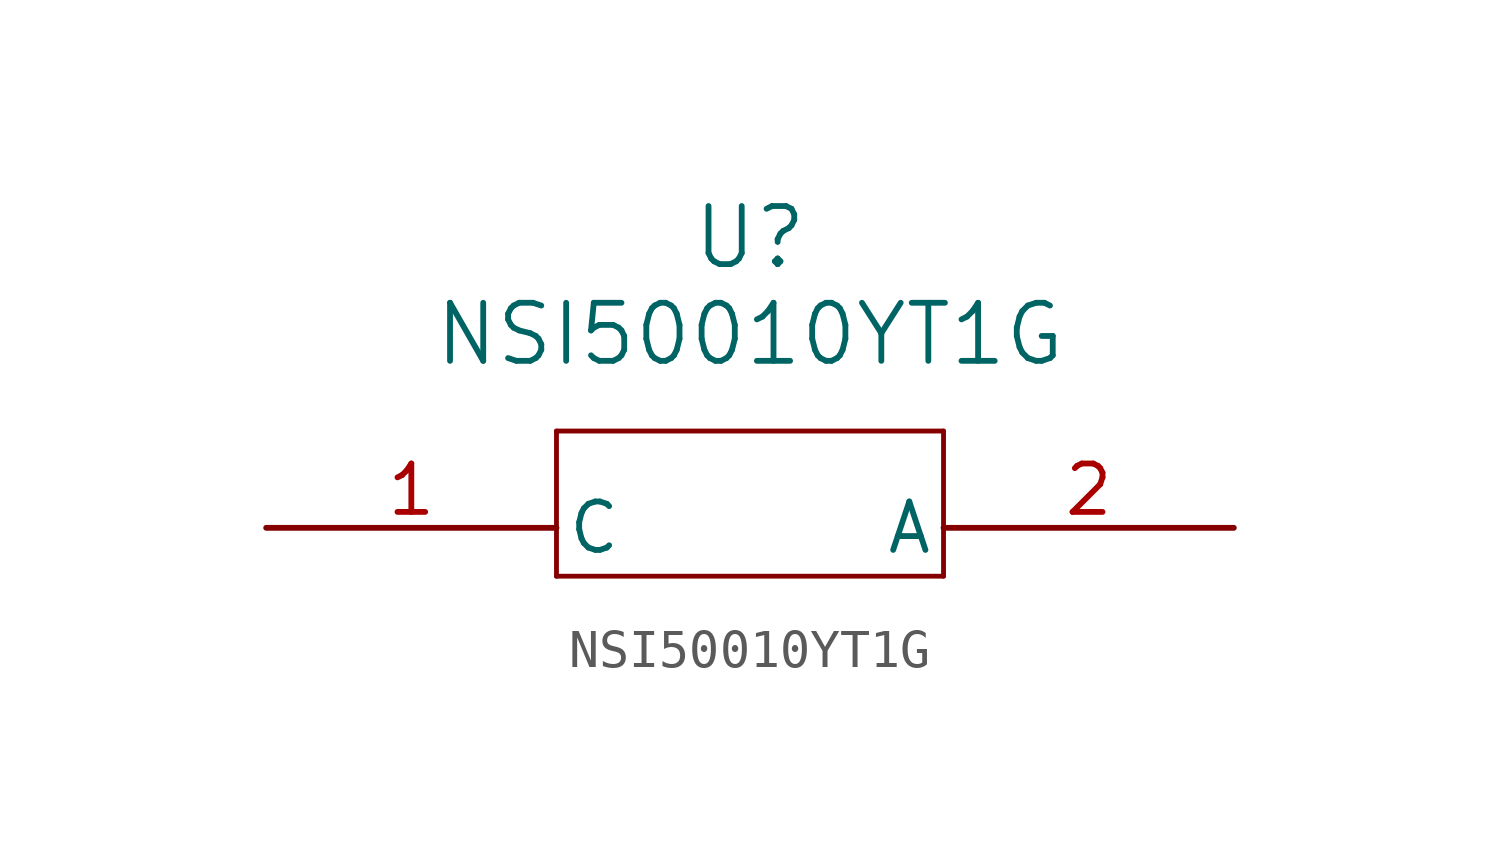
<source format=kicad_sym>
(kicad_symbol_lib
  (version 20220914)
  (generator kicad_symbol_editor)
  (symbol "NSI50010YT1G"
    (pin_names
      (offset 0.254))
    (property "Reference" "U"
      (at 12.7 7.62 0)
      (effects (font (size 1.524 1.524))))
    (property "Value" "NSI50010YT1G"
      (at 12.7 5.08 0)
      (effects (font (size 1.524 1.524))))
    (property "ki_locked" ""
      (at 0 0 0)
      (effects (font (size 1.27 1.27))))
    (symbol "NSI50010YT1G_0_1"
      (polyline (pts (xy 7.62 -1.27) (xy 17.78 -1.27)) (stroke (width 0.127) (type default)) (fill (type none)))
      (polyline (pts (xy 7.62 2.54) (xy 7.62 -1.27)) (stroke (width 0.127) (type default)) (fill (type none)))
      (polyline (pts (xy 17.78 -1.27) (xy 17.78 2.54)) (stroke (width 0.127) (type default)) (fill (type none)))
      (polyline (pts (xy 17.78 2.54) (xy 7.62 2.54)) (stroke (width 0.127) (type default)) (fill (type none)))
      (pin power_out line (at 0 0 0) (length 7.62) (name "C" (effects (font (size 1.27 1.27)))) (number "1" (effects (font (size 1.27 1.27)))))
      (pin power_in line (at 25.4 0 180) (length 7.62) (name "A" (effects (font (size 1.27 1.27)))) (number "2" (effects (font (size 1.27 1.27))))))))
</source>
